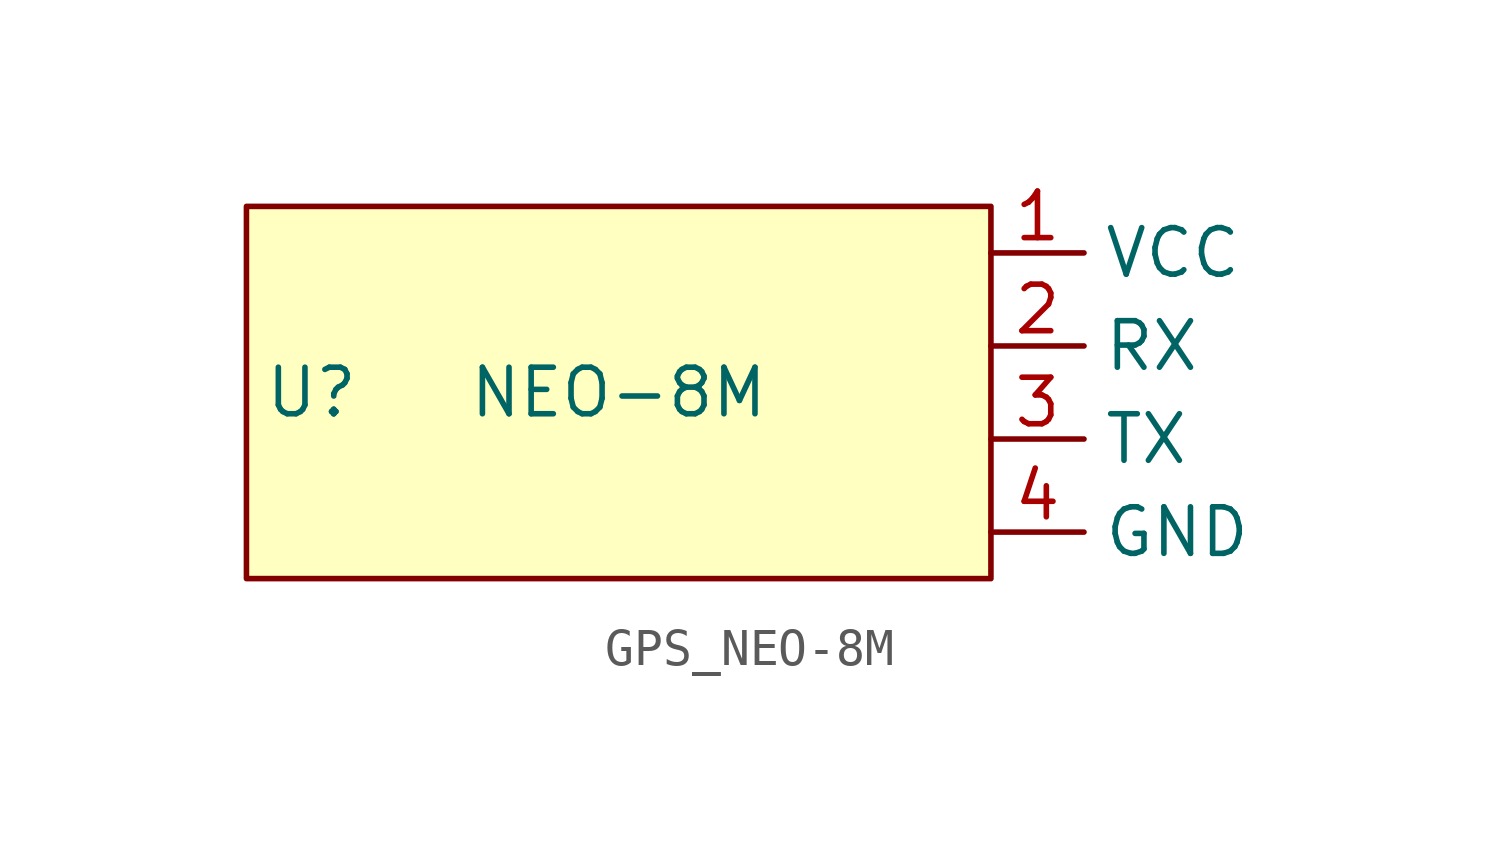
<source format=kicad_sym>
(kicad_symbol_lib
  (version 20241209)
  (generator "kicad_symbol_editor")
  (generator_version "9.0")
  (symbol "GPS_NEO-8M"
    (property "Reference" "U"
      (at -8.382 0 0)
      (effects (font (size 1.27 1.27))))
    (property "Value" "NEO-8M"
      (at 0 0 0)
      (effects (font (size 1.27 1.27))))
    (symbol "GPS_NEO-8M_1_1"
      (rectangle (start -10.16 5.08) (end 10.16 -5.08) (stroke (width 0) (type solid)) (fill (type background)))
      (pin input line (at 10.16 3.81 0) (length 2.54) (name "VCC" (effects (font (size 1.27 1.27)))) (number "1" (effects (font (size 1.27 1.27)))))
      (pin input line (at 10.16 1.27 0) (length 2.54) (name "RX" (effects (font (size 1.27 1.27)))) (number "2" (effects (font (size 1.27 1.27)))))
      (pin input line (at 10.16 -1.27 0) (length 2.54) (name "TX" (effects (font (size 1.27 1.27)))) (number "3" (effects (font (size 1.27 1.27)))))
      (pin input line (at 10.16 -3.81 0) (length 2.54) (name "GND" (effects (font (size 1.27 1.27)))) (number "4" (effects (font (size 1.27 1.27))))))))
</source>
